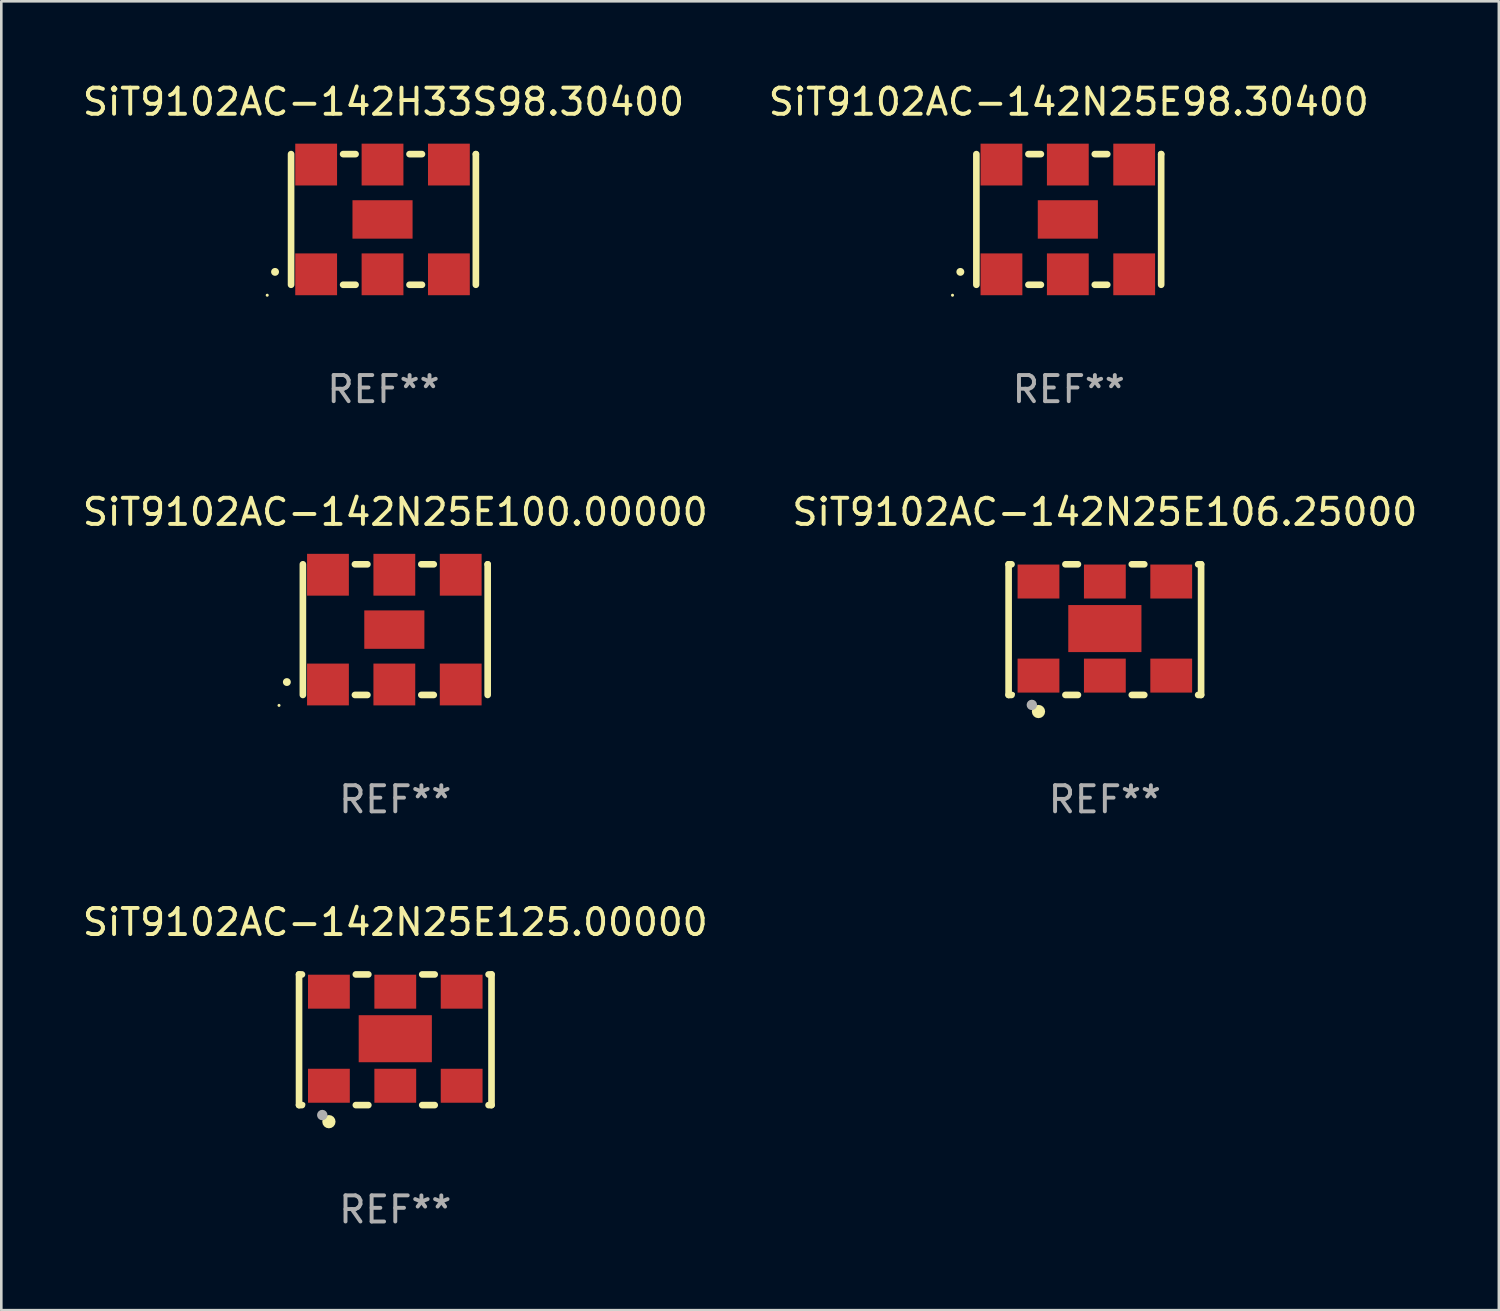
<source format=kicad_pcb>
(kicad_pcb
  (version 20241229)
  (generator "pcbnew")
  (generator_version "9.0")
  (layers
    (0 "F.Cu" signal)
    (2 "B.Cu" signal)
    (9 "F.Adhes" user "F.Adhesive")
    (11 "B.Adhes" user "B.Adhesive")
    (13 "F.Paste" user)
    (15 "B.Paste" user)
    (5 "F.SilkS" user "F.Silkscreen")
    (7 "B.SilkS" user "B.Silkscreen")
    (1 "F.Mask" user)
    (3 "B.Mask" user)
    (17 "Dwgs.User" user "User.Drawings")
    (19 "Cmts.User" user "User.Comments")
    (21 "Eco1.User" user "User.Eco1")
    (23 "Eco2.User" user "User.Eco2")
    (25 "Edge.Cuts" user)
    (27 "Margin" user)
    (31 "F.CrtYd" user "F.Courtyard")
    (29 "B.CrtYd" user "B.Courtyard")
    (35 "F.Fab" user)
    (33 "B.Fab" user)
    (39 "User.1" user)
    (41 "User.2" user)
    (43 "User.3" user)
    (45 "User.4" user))
  (footprint "SiT9102AC-142N25E100.00000"
    (layer "F.Cu")
    (at 12.077 21.045)
    (property "Reference" "SiT9102AC-142N25E100.00000" (at 0 -4.5 0) (layer "F.SilkS") (effects (font (size 1 1) (thickness 0.15))))
    (attr through_hole)
    (fp_line (start -3.536 -2.5) (end -3.536 2.5) (stroke (width 0.254) (type solid)) (layer "F.SilkS"))
    (fp_line (start -1.544 2.5) (end -1.067 2.5) (stroke (width 0.254) (type solid)) (layer "F.SilkS"))
    (fp_line (start -1.067 -2.5) (end -1.544 -2.5) (stroke (width 0.254) (type solid)) (layer "F.SilkS"))
    (fp_line (start 0.996 2.5) (end 1.473 2.5) (stroke (width 0.254) (type solid)) (layer "F.SilkS"))
    (fp_line (start 1.473 -2.5) (end 0.996 -2.5) (stroke (width 0.254) (type solid)) (layer "F.SilkS"))
    (fp_line (start 3.536 -2.5) (end 3.536 -2.5) (stroke (width 0.254) (type solid)) (layer "F.SilkS"))
    (fp_line (start 3.536 2.5) (end 3.536 -2.5) (stroke (width 0.254) (type solid)) (layer "F.SilkS"))
    (fp_arc (start -4.150432 2.006604) (mid -4.149162 2.006599) (end -4.147892 2.006604) (stroke (width 0.3) (type solid)) (layer "F.SilkS"))
    (fp_circle (center -4.449 2.9) (end -4.419 2.9) (stroke (width 0.06) (type solid)) (fill no) (layer "F.SilkS"))
    (fp_text user "REF**" (at 0 6.5 0) (layer "F.Fab") (effects (font (size 1 1) (thickness 0.15))))
    (pad "1" smd rect (at -2.576 2.1) (size 1.6 1.6) (layers "F.Cu" "F.Mask" "F.Paste"))
    (pad "2" smd rect (at -0.036 2.1) (size 1.6 1.6) (layers "F.Cu" "F.Mask" "F.Paste"))
    (pad "3" smd rect (at 2.504 2.1) (size 1.6 1.6) (layers "F.Cu" "F.Mask" "F.Paste"))
    (pad "4" smd rect (at 2.504 -2.1) (size 1.6 1.6) (layers "F.Cu" "F.Mask" "F.Paste"))
    (pad "5" smd rect (at -0.036 -2.1) (size 1.6 1.6) (layers "F.Cu" "F.Mask" "F.Paste"))
    (pad "6" smd rect (at -2.576 -2.1) (size 1.6 1.6) (layers "F.Cu" "F.Mask" "F.Paste"))
    (pad "7" smd rect (at -0.036 0) (size 2.3 1.47) (layers "F.Cu" "F.Mask" "F.Paste")))
  (footprint "SiT9102AC-142N25E98.30400"
    (layer "F.Cu")
    (at 37.851 5.348)
    (property "Reference" "SiT9102AC-142N25E98.30400" (at 0 -4.5 0) (layer "F.SilkS") (effects (font (size 1 1) (thickness 0.15))))
    (attr through_hole)
    (fp_line (start -3.536 -2.5) (end -3.536 2.5) (stroke (width 0.254) (type solid)) (layer "F.SilkS"))
    (fp_line (start -1.544 2.5) (end -1.067 2.5) (stroke (width 0.254) (type solid)) (layer "F.SilkS"))
    (fp_line (start -1.067 -2.5) (end -1.544 -2.5) (stroke (width 0.254) (type solid)) (layer "F.SilkS"))
    (fp_line (start 0.996 2.5) (end 1.473 2.5) (stroke (width 0.254) (type solid)) (layer "F.SilkS"))
    (fp_line (start 1.473 -2.5) (end 0.996 -2.5) (stroke (width 0.254) (type solid)) (layer "F.SilkS"))
    (fp_line (start 3.536 -2.5) (end 3.536 -2.5) (stroke (width 0.254) (type solid)) (layer "F.SilkS"))
    (fp_line (start 3.536 2.5) (end 3.536 -2.5) (stroke (width 0.254) (type solid)) (layer "F.SilkS"))
    (fp_arc (start -4.150432 2.006604) (mid -4.149162 2.006599) (end -4.147892 2.006604) (stroke (width 0.3) (type solid)) (layer "F.SilkS"))
    (fp_circle (center -4.449 2.9) (end -4.419 2.9) (stroke (width 0.06) (type solid)) (fill no) (layer "F.SilkS"))
    (fp_text user "REF**" (at 0 6.5 0) (layer "F.Fab") (effects (font (size 1 1) (thickness 0.15))))
    (pad "1" smd rect (at -2.576 2.1) (size 1.6 1.6) (layers "F.Cu" "F.Mask" "F.Paste"))
    (pad "2" smd rect (at -0.036 2.1) (size 1.6 1.6) (layers "F.Cu" "F.Mask" "F.Paste"))
    (pad "3" smd rect (at 2.504 2.1) (size 1.6 1.6) (layers "F.Cu" "F.Mask" "F.Paste"))
    (pad "4" smd rect (at 2.504 -2.1) (size 1.6 1.6) (layers "F.Cu" "F.Mask" "F.Paste"))
    (pad "5" smd rect (at -0.036 -2.1) (size 1.6 1.6) (layers "F.Cu" "F.Mask" "F.Paste"))
    (pad "6" smd rect (at -2.576 -2.1) (size 1.6 1.6) (layers "F.Cu" "F.Mask" "F.Paste"))
    (pad "7" smd rect (at -0.036 0) (size 2.3 1.47) (layers "F.Cu" "F.Mask" "F.Paste")))
  (footprint "SiT9102AC-142N25E125.00000"
    (layer "F.Cu")
    (at 12.077 36.741)
    (property "Reference" "SiT9102AC-142N25E125.00000" (at 0 -4.5 0) (layer "F.SilkS") (effects (font (size 1 1) (thickness 0.15))))
    (attr through_hole)
    (fp_line (start -3.683 -2.5) (end -3.571 -2.5) (stroke (width 0.254) (type solid)) (layer "F.SilkS"))
    (fp_line (start -3.683 2.5) (end -3.683 -2.5) (stroke (width 0.254) (type solid)) (layer "F.SilkS"))
    (fp_line (start -3.683 2.5) (end -3.571 2.5) (stroke (width 0.254) (type solid)) (layer "F.SilkS"))
    (fp_line (start -1.509 -2.5) (end -1.031 -2.5) (stroke (width 0.254) (type solid)) (layer "F.SilkS"))
    (fp_line (start -1.509 2.5) (end -1.031 2.5) (stroke (width 0.254) (type solid)) (layer "F.SilkS"))
    (fp_line (start 1.031 -2.5) (end 1.509 -2.5) (stroke (width 0.254) (type solid)) (layer "F.SilkS"))
    (fp_line (start 1.031 2.5) (end 1.509 2.5) (stroke (width 0.254) (type solid)) (layer "F.SilkS"))
    (fp_line (start 3.571 -2.5) (end 3.683 -2.5) (stroke (width 0.254) (type solid)) (layer "F.SilkS"))
    (fp_line (start 3.571 2.5) (end 3.683 2.5) (stroke (width 0.254) (type solid)) (layer "F.SilkS"))
    (fp_line (start 3.683 2.5) (end 3.683 -2.5) (stroke (width 0.254) (type solid)) (layer "F.SilkS"))
    (fp_circle (center -3.5 2.46) (end -3.47 2.46) (stroke (width 0.06) (type solid)) (fill no) (layer "F.SilkS"))
    (fp_circle (center -2.54 3.135) (end -2.413 3.135) (stroke (width 0.254) (type solid)) (fill no) (layer "F.SilkS"))
    (fp_circle (center -2.794 2.881) (end -2.694 2.881) (stroke (width 0.2) (type solid)) (fill no) (layer "F.Fab"))
    (fp_text user "REF**" (at 0 6.5 0) (layer "F.Fab") (effects (font (size 1 1) (thickness 0.15))))
    (pad "1" smd rect (at -2.54 1.76) (size 1.6 1.3) (layers "F.Cu" "F.Mask" "F.Paste"))
    (pad "2" smd rect (at 0 1.76) (size 1.6 1.3) (layers "F.Cu" "F.Mask" "F.Paste"))
    (pad "3" smd rect (at 2.54 1.76) (size 1.6 1.3) (layers "F.Cu" "F.Mask" "F.Paste"))
    (pad "4" smd rect (at 2.54 -1.84) (size 1.6 1.3) (layers "F.Cu" "F.Mask" "F.Paste"))
    (pad "5" smd rect (at 0 -1.84) (size 1.6 1.3) (layers "F.Cu" "F.Mask" "F.Paste"))
    (pad "6" smd rect (at -2.54 -1.84) (size 1.6 1.3) (layers "F.Cu" "F.Mask" "F.Paste"))
    (pad "7" smd rect (at 0 -0.04) (size 2.8 1.8) (layers "F.Cu" "F.Mask" "F.Paste")))
  (footprint "SiT9102AC-142H33S98.30400"
    (layer "F.Cu")
    (at 11.625 5.348)
    (property "Reference" "SiT9102AC-142H33S98.30400" (at 0 -4.5 0) (layer "F.SilkS") (effects (font (size 1 1) (thickness 0.15))))
    (attr through_hole)
    (fp_line (start -3.536 -2.5) (end -3.536 2.5) (stroke (width 0.254) (type solid)) (layer "F.SilkS"))
    (fp_line (start -1.544 2.5) (end -1.067 2.5) (stroke (width 0.254) (type solid)) (layer "F.SilkS"))
    (fp_line (start -1.067 -2.5) (end -1.544 -2.5) (stroke (width 0.254) (type solid)) (layer "F.SilkS"))
    (fp_line (start 0.996 2.5) (end 1.473 2.5) (stroke (width 0.254) (type solid)) (layer "F.SilkS"))
    (fp_line (start 1.473 -2.5) (end 0.996 -2.5) (stroke (width 0.254) (type solid)) (layer "F.SilkS"))
    (fp_line (start 3.536 -2.5) (end 3.536 -2.5) (stroke (width 0.254) (type solid)) (layer "F.SilkS"))
    (fp_line (start 3.536 2.5) (end 3.536 -2.5) (stroke (width 0.254) (type solid)) (layer "F.SilkS"))
    (fp_arc (start -4.150432 2.006604) (mid -4.149162 2.006599) (end -4.147892 2.006604) (stroke (width 0.3) (type solid)) (layer "F.SilkS"))
    (fp_circle (center -4.449 2.9) (end -4.419 2.9) (stroke (width 0.06) (type solid)) (fill no) (layer "F.SilkS"))
    (fp_text user "REF**" (at 0 6.5 0) (layer "F.Fab") (effects (font (size 1 1) (thickness 0.15))))
    (pad "1" smd rect (at -2.576 2.1) (size 1.6 1.6) (layers "F.Cu" "F.Mask" "F.Paste"))
    (pad "2" smd rect (at -0.036 2.1) (size 1.6 1.6) (layers "F.Cu" "F.Mask" "F.Paste"))
    (pad "3" smd rect (at 2.504 2.1) (size 1.6 1.6) (layers "F.Cu" "F.Mask" "F.Paste"))
    (pad "4" smd rect (at 2.504 -2.1) (size 1.6 1.6) (layers "F.Cu" "F.Mask" "F.Paste"))
    (pad "5" smd rect (at -0.036 -2.1) (size 1.6 1.6) (layers "F.Cu" "F.Mask" "F.Paste"))
    (pad "6" smd rect (at -2.576 -2.1) (size 1.6 1.6) (layers "F.Cu" "F.Mask" "F.Paste"))
    (pad "7" smd rect (at -0.036 0) (size 2.3 1.47) (layers "F.Cu" "F.Mask" "F.Paste")))
  (footprint "SiT9102AC-142N25E106.25000"
    (layer "F.Cu")
    (at 39.232 21.045)
    (property "Reference" "SiT9102AC-142N25E106.25000" (at 0 -4.5 0) (layer "F.SilkS") (effects (font (size 1 1) (thickness 0.15))))
    (attr through_hole)
    (fp_line (start -3.683 -2.5) (end -3.571 -2.5) (stroke (width 0.254) (type solid)) (layer "F.SilkS"))
    (fp_line (start -3.683 2.5) (end -3.683 -2.5) (stroke (width 0.254) (type solid)) (layer "F.SilkS"))
    (fp_line (start -3.683 2.5) (end -3.571 2.5) (stroke (width 0.254) (type solid)) (layer "F.SilkS"))
    (fp_line (start -1.509 -2.5) (end -1.031 -2.5) (stroke (width 0.254) (type solid)) (layer "F.SilkS"))
    (fp_line (start -1.509 2.5) (end -1.031 2.5) (stroke (width 0.254) (type solid)) (layer "F.SilkS"))
    (fp_line (start 1.031 -2.5) (end 1.509 -2.5) (stroke (width 0.254) (type solid)) (layer "F.SilkS"))
    (fp_line (start 1.031 2.5) (end 1.509 2.5) (stroke (width 0.254) (type solid)) (layer "F.SilkS"))
    (fp_line (start 3.571 -2.5) (end 3.683 -2.5) (stroke (width 0.254) (type solid)) (layer "F.SilkS"))
    (fp_line (start 3.571 2.5) (end 3.683 2.5) (stroke (width 0.254) (type solid)) (layer "F.SilkS"))
    (fp_line (start 3.683 2.5) (end 3.683 -2.5) (stroke (width 0.254) (type solid)) (layer "F.SilkS"))
    (fp_circle (center -3.5 2.46) (end -3.47 2.46) (stroke (width 0.06) (type solid)) (fill no) (layer "F.SilkS"))
    (fp_circle (center -2.54 3.135) (end -2.413 3.135) (stroke (width 0.254) (type solid)) (fill no) (layer "F.SilkS"))
    (fp_circle (center -2.794 2.881) (end -2.694 2.881) (stroke (width 0.2) (type solid)) (fill no) (layer "F.Fab"))
    (fp_text user "REF**" (at 0 6.5 0) (layer "F.Fab") (effects (font (size 1 1) (thickness 0.15))))
    (pad "1" smd rect (at -2.54 1.76) (size 1.6 1.3) (layers "F.Cu" "F.Mask" "F.Paste"))
    (pad "2" smd rect (at 0 1.76) (size 1.6 1.3) (layers "F.Cu" "F.Mask" "F.Paste"))
    (pad "3" smd rect (at 2.54 1.76) (size 1.6 1.3) (layers "F.Cu" "F.Mask" "F.Paste"))
    (pad "4" smd rect (at 2.54 -1.84) (size 1.6 1.3) (layers "F.Cu" "F.Mask" "F.Paste"))
    (pad "5" smd rect (at 0 -1.84) (size 1.6 1.3) (layers "F.Cu" "F.Mask" "F.Paste"))
    (pad "6" smd rect (at -2.54 -1.84) (size 1.6 1.3) (layers "F.Cu" "F.Mask" "F.Paste"))
    (pad "7" smd rect (at 0 -0.04) (size 2.8 1.8) (layers "F.Cu" "F.Mask" "F.Paste")))
  (gr_rect
    (start -3 -3)
    (end 54.31 47.09)
    (stroke (width 0.1) (type default))
    (fill no)
    (layer "Edge.Cuts")))
</source>
